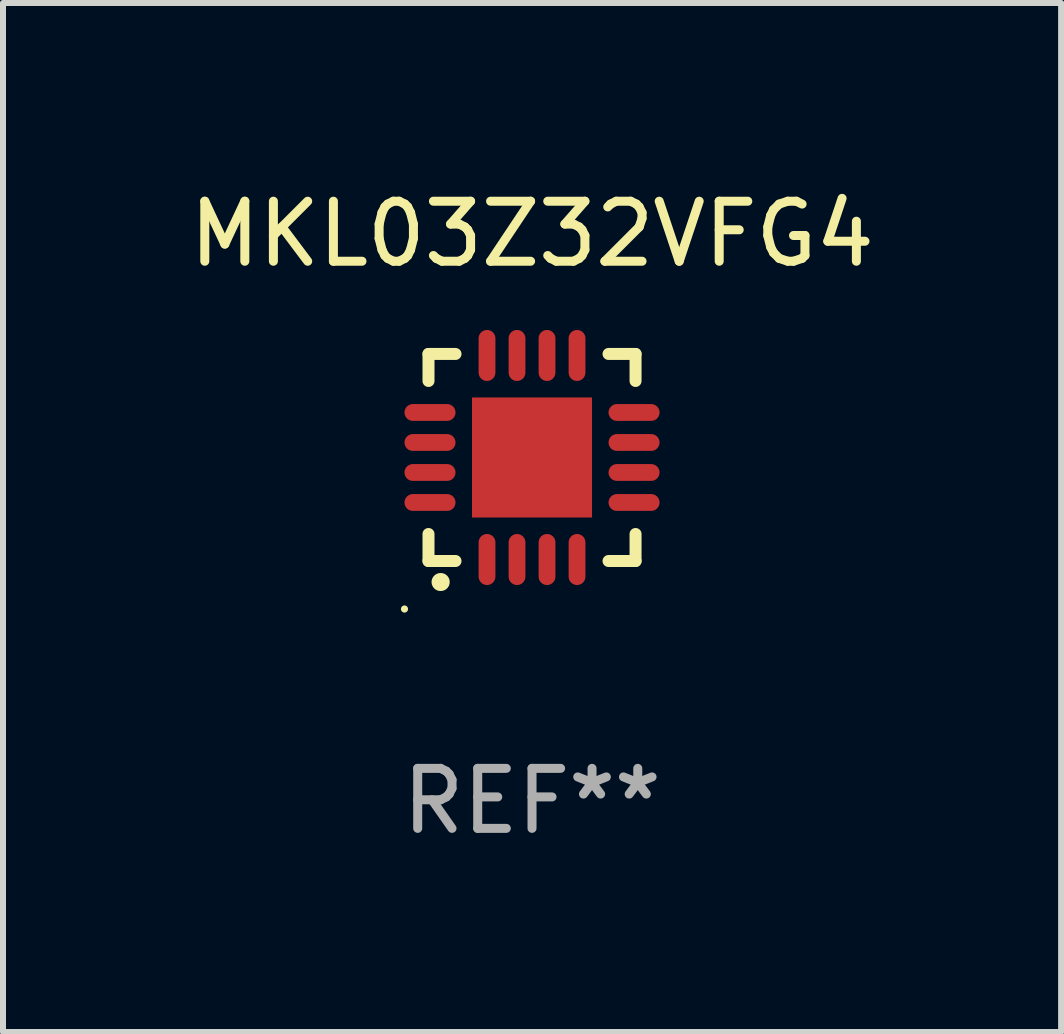
<source format=kicad_pcb>
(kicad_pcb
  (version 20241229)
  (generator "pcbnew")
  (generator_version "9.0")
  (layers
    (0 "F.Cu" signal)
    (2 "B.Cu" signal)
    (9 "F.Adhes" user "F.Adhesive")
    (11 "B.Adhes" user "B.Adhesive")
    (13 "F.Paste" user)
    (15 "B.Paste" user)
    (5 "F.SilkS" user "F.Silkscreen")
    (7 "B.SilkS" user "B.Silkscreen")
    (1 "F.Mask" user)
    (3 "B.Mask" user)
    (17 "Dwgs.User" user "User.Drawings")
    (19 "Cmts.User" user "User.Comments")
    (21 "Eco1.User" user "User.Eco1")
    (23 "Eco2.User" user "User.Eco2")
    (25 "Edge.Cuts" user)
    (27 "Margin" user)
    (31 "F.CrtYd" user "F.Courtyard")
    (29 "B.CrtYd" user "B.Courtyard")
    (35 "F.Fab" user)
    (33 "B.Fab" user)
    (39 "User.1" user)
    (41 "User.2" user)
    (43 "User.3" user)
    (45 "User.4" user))
  (footprint "MKL03Z32VFG4"
    (layer "F.Cu")
    (at 5.815 4.573)
    (property "Reference" "MKL03Z32VFG4" (at 0 -3.725 0) (layer "F.SilkS") (effects (font (size 1 1) (thickness 0.15))))
    (attr through_hole)
    (fp_line (start -1.725 -1.725) (end -1.275 -1.725) (stroke (width 0.2) (type solid)) (layer "F.SilkS"))
    (fp_line (start -1.725 -1.275) (end -1.725 -1.725) (stroke (width 0.2) (type solid)) (layer "F.SilkS"))
    (fp_line (start -1.725 1.725) (end -1.725 1.275) (stroke (width 0.2) (type solid)) (layer "F.SilkS"))
    (fp_line (start -1.275 1.725) (end -1.725 1.725) (stroke (width 0.2) (type solid)) (layer "F.SilkS"))
    (fp_line (start 1.725 -1.725) (end 1.275 -1.725) (stroke (width 0.2) (type solid)) (layer "F.SilkS"))
    (fp_line (start 1.725 -1.275) (end 1.725 -1.725) (stroke (width 0.2) (type solid)) (layer "F.SilkS"))
    (fp_line (start 1.725 1.275) (end 1.725 1.725) (stroke (width 0.2) (type solid)) (layer "F.SilkS"))
    (fp_line (start 1.725 1.725) (end 1.275 1.725) (stroke (width 0.2) (type solid)) (layer "F.SilkS"))
    (fp_arc (start -1.524003 2.075184) (mid -1.522733 2.075179) (end -1.521463 2.075184) (stroke (width 0.3) (type solid)) (layer "F.SilkS"))
    (fp_circle (center -2.125 2.525) (end -2.095 2.525) (stroke (width 0.06) (type solid)) (fill no) (layer "F.SilkS"))
    (fp_text user "REF**" (at 0 5.725 0) (layer "F.Fab") (effects (font (size 1 1) (thickness 0.15))))
    (pad "1" smd oval (at -0.75 1.7 180) (size 0.28 0.85) (layers "F.Cu" "F.Mask" "F.Paste"))
    (pad "2" smd oval (at -0.25 1.7 180) (size 0.28 0.85) (layers "F.Cu" "F.Mask" "F.Paste"))
    (pad "3" smd oval (at 0.25 1.7 180) (size 0.28 0.85) (layers "F.Cu" "F.Mask" "F.Paste"))
    (pad "4" smd oval (at 0.75 1.7 180) (size 0.28 0.85) (layers "F.Cu" "F.Mask" "F.Paste"))
    (pad "5" smd oval (at 1.7 0.75 90) (size 0.28 0.85) (layers "F.Cu" "F.Mask" "F.Paste"))
    (pad "6" smd oval (at 1.7 0.25 90) (size 0.28 0.85) (layers "F.Cu" "F.Mask" "F.Paste"))
    (pad "7" smd oval (at 1.7 -0.25 90) (size 0.28 0.85) (layers "F.Cu" "F.Mask" "F.Paste"))
    (pad "8" smd oval (at 1.7 -0.75 90) (size 0.28 0.85) (layers "F.Cu" "F.Mask" "F.Paste"))
    (pad "9" smd oval (at 0.75 -1.7 180) (size 0.28 0.85) (layers "F.Cu" "F.Mask" "F.Paste"))
    (pad "10" smd oval (at 0.25 -1.7 180) (size 0.28 0.85) (layers "F.Cu" "F.Mask" "F.Paste"))
    (pad "11" smd oval (at -0.25 -1.7 180) (size 0.28 0.85) (layers "F.Cu" "F.Mask" "F.Paste"))
    (pad "12" smd oval (at -0.75 -1.7 180) (size 0.28 0.85) (layers "F.Cu" "F.Mask" "F.Paste"))
    (pad "13" smd oval (at -1.7 -0.75 90) (size 0.28 0.85) (layers "F.Cu" "F.Mask" "F.Paste"))
    (pad "14" smd oval (at -1.7 -0.25 90) (size 0.28 0.85) (layers "F.Cu" "F.Mask" "F.Paste"))
    (pad "15" smd oval (at -1.7 0.25 90) (size 0.28 0.85) (layers "F.Cu" "F.Mask" "F.Paste"))
    (pad "16" smd oval (at -1.7 0.75 90) (size 0.28 0.85) (layers "F.Cu" "F.Mask" "F.Paste"))
    (pad "17" smd rect (at 0 0 90) (size 2 2) (layers "F.Cu" "F.Mask" "F.Paste")))
  (gr_rect
    (start -3 -3)
    (end 14.631 14.146)
    (stroke (width 0.1) (type default))
    (fill no)
    (layer "Edge.Cuts")))
</source>
